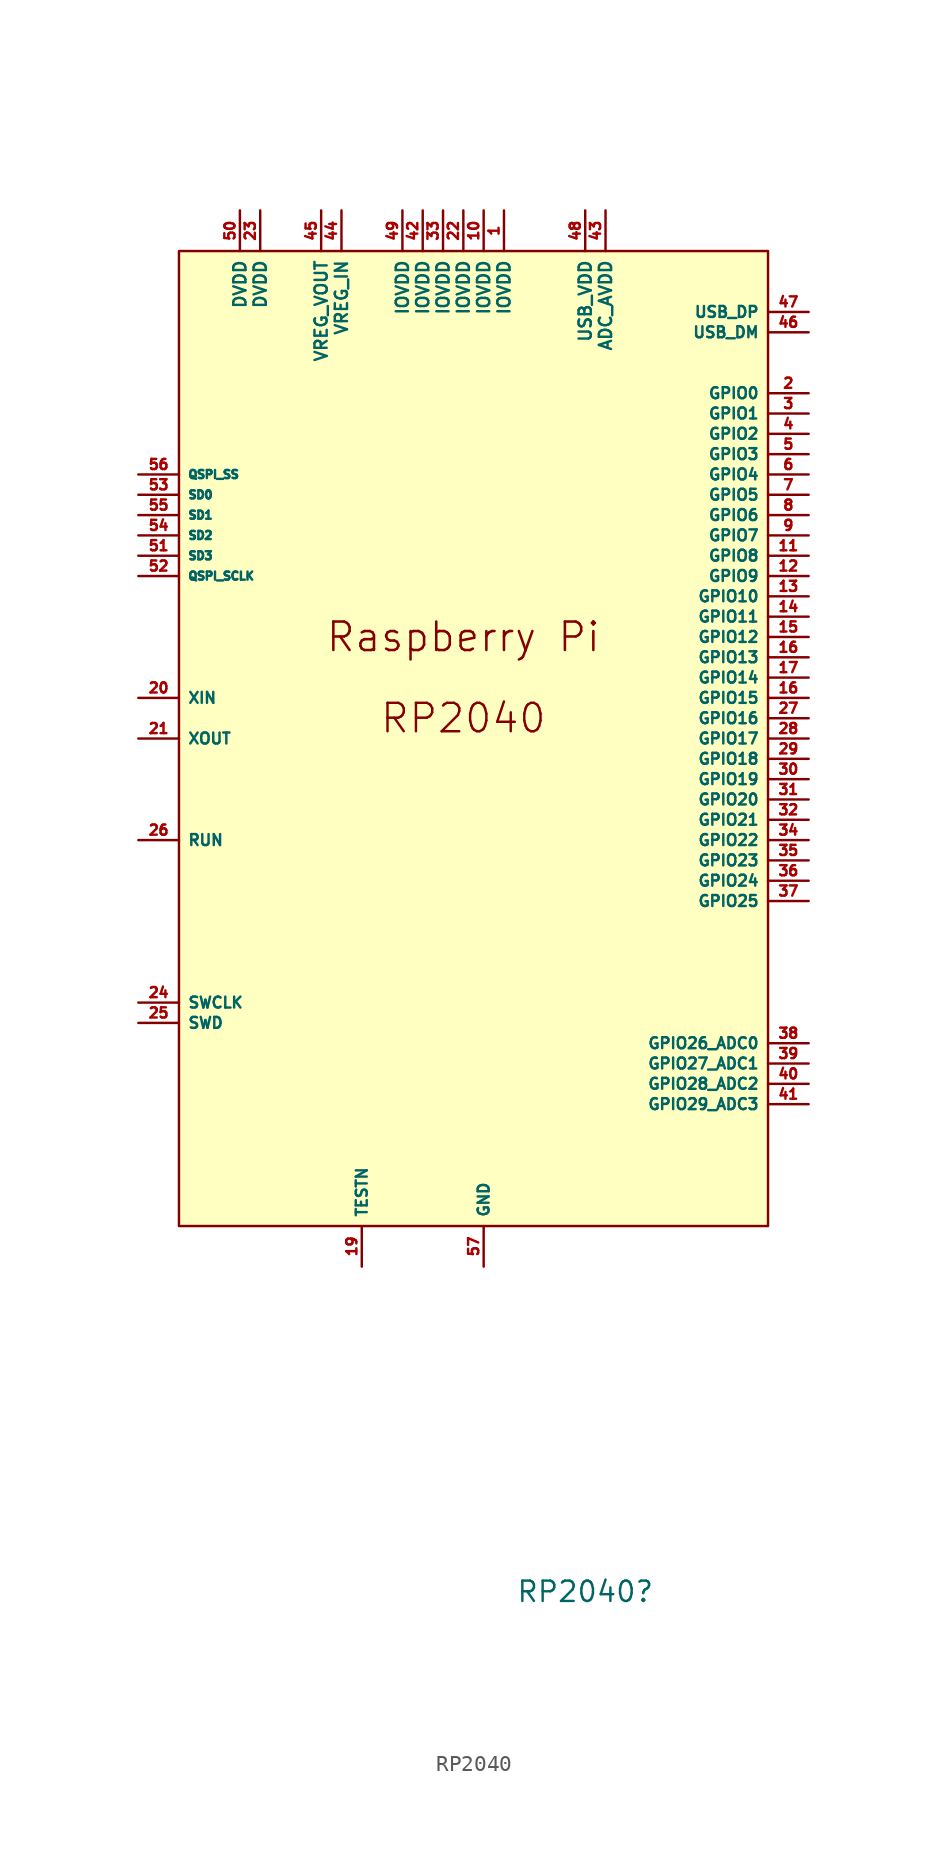
<source format=kicad_sym>
(kicad_symbol_lib
  (version 20241209)
  (generator "kicad_symbol_editor")
  (generator_version "9.0")
  (symbol "RP2040"
    (property "Reference" "RP2040"
      (at 10.16 -44.45 0)
      (effects (font (size 1.27 1.27))))
    (property "Value" ""
      (at 0 0 0)
      (effects (font (size 1.27 1.27))))
    (symbol "RP2040_0_1"
      (rectangle (start -5.08 15.24) (end -5.08 15.24) (stroke (width 0) (type default)) (fill (type none)))
      (rectangle (start -5.08 15.24) (end -5.08 15.24) (stroke (width 0) (type default)) (fill (type none))))
    (symbol "RP2040_1_1"
      (rectangle (start -15.24 39.37) (end 21.59 -21.59) (stroke (width 0) (type solid) (color 132 0 0 1)) (fill (type background)))
      (text "Raspberry Pi\n" (at 2.54 15.24 0) (effects (font (size 1.778 1.778) (thickness 0.159))))
      (text "RP2040" (at 2.54 10.16 0) (effects (font (size 1.778 1.778))))
      (pin bidirectional line (at -17.78 25.4 0) (length 2.54) (name "QSPI_SS" (effects (font (size 0.508 0.508)))) (number "56" (effects (font (size 0.635 0.635)))))
      (pin bidirectional line (at -17.78 24.13 0) (length 2.54) (name "SD0" (effects (font (size 0.508 0.508)))) (number "53" (effects (font (size 0.635 0.635)))))
      (pin bidirectional line (at -17.78 22.86 0) (length 2.54) (name "SD1" (effects (font (size 0.508 0.508)))) (number "55" (effects (font (size 0.635 0.635)))))
      (pin bidirectional line (at -17.78 21.59 0) (length 2.54) (name "SD2" (effects (font (size 0.508 0.508)))) (number "54" (effects (font (size 0.635 0.635)))))
      (pin bidirectional line (at -17.78 20.32 0) (length 2.54) (name "SD3" (effects (font (size 0.508 0.508)))) (number "51" (effects (font (size 0.635 0.635)))))
      (pin bidirectional line (at -17.78 19.05 0) (length 2.54) (name "QSPI_SCLK" (effects (font (size 0.508 0.508)))) (number "52" (effects (font (size 0.635 0.635)))))
      (pin bidirectional line (at -17.78 11.43 0) (length 2.54) (name "XIN" (effects (font (size 0.686 0.686)))) (number "20" (effects (font (size 0.635 0.635)))))
      (pin bidirectional line (at -17.78 8.89 0) (length 2.54) (name "XOUT" (effects (font (size 0.686 0.686)))) (number "21" (effects (font (size 0.635 0.635)))))
      (pin bidirectional line (at -17.78 2.54 0) (length 2.54) (name "RUN" (effects (font (size 0.686 0.686)))) (number "26" (effects (font (size 0.635 0.635)))))
      (pin bidirectional line (at -17.78 -7.62 0) (length 2.54) (name "SWCLK" (effects (font (size 0.686 0.686)))) (number "24" (effects (font (size 0.635 0.635)))))
      (pin bidirectional line (at -17.78 -8.89 0) (length 2.54) (name "SWD" (effects (font (size 0.686 0.686)))) (number "25" (effects (font (size 0.635 0.635)))))
      (pin bidirectional line (at -11.43 41.91 270) (length 2.54) (name "DVDD" (effects (font (size 0.762 0.762)))) (number "50" (effects (font (size 0.635 0.635)))))
      (pin bidirectional line (at -10.16 41.91 270) (length 2.54) (name "DVDD" (effects (font (size 0.762 0.762)))) (number "23" (effects (font (size 0.635 0.635)))))
      (pin bidirectional line (at -6.35 41.91 270) (length 2.54) (name "VREG_VOUT" (effects (font (size 0.762 0.762)))) (number "45" (effects (font (size 0.635 0.635)))))
      (pin bidirectional line (at -5.08 41.91 270) (length 2.54) (name "VREG_IN" (effects (font (size 0.762 0.762)))) (number "44" (effects (font (size 0.635 0.635)))))
      (pin bidirectional line (at -3.81 -24.13 90) (length 2.54) (name "TESTN" (effects (font (size 0.686 0.686)))) (number "19" (effects (font (size 0.635 0.635)))))
      (pin bidirectional line (at -1.27 41.91 270) (length 2.54) (name "IOVDD" (effects (font (size 0.762 0.762)))) (number "49" (effects (font (size 0.635 0.635)))))
      (pin bidirectional line (at 0 41.91 270) (length 2.54) (name "IOVDD" (effects (font (size 0.762 0.762)))) (number "42" (effects (font (size 0.635 0.635)))))
      (pin bidirectional line (at 1.27 41.91 270) (length 2.54) (name "IOVDD" (effects (font (size 0.762 0.762)))) (number "33" (effects (font (size 0.635 0.635)))))
      (pin bidirectional line (at 2.54 41.91 270) (length 2.54) (name "IOVDD" (effects (font (size 0.762 0.762)))) (number "22" (effects (font (size 0.635 0.635)))))
      (pin bidirectional line (at 3.81 41.91 270) (length 2.54) (name "IOVDD" (effects (font (size 0.762 0.762)))) (number "10" (effects (font (size 0.635 0.635)))))
      (pin bidirectional line (at 3.81 -24.13 90) (length 2.54) (name "GND" (effects (font (size 0.686 0.686)))) (number "57" (effects (font (size 0.635 0.635)))))
      (pin bidirectional line (at 5.08 41.91 270) (length 2.54) (name "IOVDD" (effects (font (size 0.762 0.762)))) (number "1" (effects (font (size 0.635 0.635)))))
      (pin bidirectional line (at 10.16 41.91 270) (length 2.54) (name "USB_VDD" (effects (font (size 0.762 0.762)))) (number "48" (effects (font (size 0.635 0.635)))))
      (pin bidirectional line (at 11.43 41.91 270) (length 2.54) (name "ADC_AVDD" (effects (font (size 0.762 0.762)))) (number "43" (effects (font (size 0.635 0.635)))))
      (pin bidirectional line (at 24.13 35.56 180) (length 2.54) (name "USB_DP" (effects (font (size 0.686 0.686)))) (number "47" (effects (font (size 0.635 0.635)))))
      (pin bidirectional line (at 24.13 34.29 180) (length 2.54) (name "USB_DM" (effects (font (size 0.686 0.686)))) (number "46" (effects (font (size 0.635 0.635)))))
      (pin bidirectional line (at 24.13 30.48 180) (length 2.54) (name "GPIO0" (effects (font (size 0.686 0.686)))) (number "2" (effects (font (size 0.635 0.635)))))
      (pin bidirectional line (at 24.13 29.21 180) (length 2.54) (name "GPIO1" (effects (font (size 0.686 0.686)))) (number "3" (effects (font (size 0.635 0.635)))))
      (pin bidirectional line (at 24.13 27.94 180) (length 2.54) (name "GPIO2" (effects (font (size 0.686 0.686)))) (number "4" (effects (font (size 0.635 0.635)))))
      (pin bidirectional line (at 24.13 26.67 180) (length 2.54) (name "GPIO3" (effects (font (size 0.686 0.686)))) (number "5" (effects (font (size 0.635 0.635)))))
      (pin bidirectional line (at 24.13 25.4 180) (length 2.54) (name "GPIO4" (effects (font (size 0.686 0.686)))) (number "6" (effects (font (size 0.635 0.635)))))
      (pin bidirectional line (at 24.13 24.13 180) (length 2.54) (name "GPIO5" (effects (font (size 0.686 0.686)))) (number "7" (effects (font (size 0.635 0.635)))))
      (pin bidirectional line (at 24.13 22.86 180) (length 2.54) (name "GPIO6" (effects (font (size 0.686 0.686)))) (number "8" (effects (font (size 0.635 0.635)))))
      (pin bidirectional line (at 24.13 21.59 180) (length 2.54) (name "GPIO7" (effects (font (size 0.686 0.686)))) (number "9" (effects (font (size 0.635 0.635)))))
      (pin bidirectional line (at 24.13 20.32 180) (length 2.54) (name "GPIO8" (effects (font (size 0.686 0.686)))) (number "11" (effects (font (size 0.635 0.635)))))
      (pin bidirectional line (at 24.13 19.05 180) (length 2.54) (name "GPIO9" (effects (font (size 0.686 0.686)))) (number "12" (effects (font (size 0.635 0.635)))))
      (pin bidirectional line (at 24.13 17.78 180) (length 2.54) (name "GPIO10" (effects (font (size 0.686 0.686)))) (number "13" (effects (font (size 0.635 0.635)))))
      (pin bidirectional line (at 24.13 16.51 180) (length 2.54) (name "GPIO11" (effects (font (size 0.686 0.686)))) (number "14" (effects (font (size 0.635 0.635)))))
      (pin bidirectional line (at 24.13 15.24 180) (length 2.54) (name "GPIO12" (effects (font (size 0.686 0.686)))) (number "15" (effects (font (size 0.635 0.635)))))
      (pin bidirectional line (at 24.13 13.97 180) (length 2.54) (name "GPIO13" (effects (font (size 0.686 0.686)))) (number "16" (effects (font (size 0.635 0.635)))))
      (pin bidirectional line (at 24.13 12.7 180) (length 2.54) (name "GPIO14" (effects (font (size 0.686 0.686)))) (number "17" (effects (font (size 0.635 0.635)))))
      (pin bidirectional line (at 24.13 11.43 180) (length 2.54) (name "GPIO15" (effects (font (size 0.686 0.686)))) (number "16" (effects (font (size 0.635 0.635)))))
      (pin bidirectional line (at 24.13 10.16 180) (length 2.54) (name "GPIO16" (effects (font (size 0.686 0.686)))) (number "27" (effects (font (size 0.635 0.635)))))
      (pin bidirectional line (at 24.13 8.89 180) (length 2.54) (name "GPIO17" (effects (font (size 0.686 0.686)))) (number "28" (effects (font (size 0.635 0.635)))))
      (pin bidirectional line (at 24.13 7.62 180) (length 2.54) (name "GPIO18" (effects (font (size 0.686 0.686)))) (number "29" (effects (font (size 0.635 0.635)))))
      (pin bidirectional line (at 24.13 6.35 180) (length 2.54) (name "GPIO19" (effects (font (size 0.686 0.686)))) (number "30" (effects (font (size 0.635 0.635)))))
      (pin bidirectional line (at 24.13 5.08 180) (length 2.54) (name "GPIO20" (effects (font (size 0.686 0.686)))) (number "31" (effects (font (size 0.635 0.635)))))
      (pin bidirectional line (at 24.13 3.81 180) (length 2.54) (name "GPIO21" (effects (font (size 0.686 0.686)))) (number "32" (effects (font (size 0.635 0.635)))))
      (pin bidirectional line (at 24.13 2.54 180) (length 2.54) (name "GPIO22" (effects (font (size 0.686 0.686)))) (number "34" (effects (font (size 0.635 0.635)))))
      (pin bidirectional line (at 24.13 1.27 180) (length 2.54) (name "GPIO23" (effects (font (size 0.686 0.686)))) (number "35" (effects (font (size 0.635 0.635)))))
      (pin bidirectional line (at 24.13 0 180) (length 2.54) (name "GPIO24" (effects (font (size 0.686 0.686)))) (number "36" (effects (font (size 0.635 0.635)))))
      (pin bidirectional line (at 24.13 -1.27 180) (length 2.54) (name "GPIO25" (effects (font (size 0.686 0.686)))) (number "37" (effects (font (size 0.635 0.635)))))
      (pin bidirectional line (at 24.13 -10.16 180) (length 2.54) (name "GPIO26_ADC0" (effects (font (size 0.686 0.686)))) (number "38" (effects (font (size 0.635 0.635)))))
      (pin bidirectional line (at 24.13 -11.43 180) (length 2.54) (name "GPIO27_ADC1" (effects (font (size 0.686 0.686)))) (number "39" (effects (font (size 0.635 0.635)))))
      (pin bidirectional line (at 24.13 -12.7 180) (length 2.54) (name "GPIO28_ADC2" (effects (font (size 0.686 0.686)))) (number "40" (effects (font (size 0.635 0.635)))))
      (pin bidirectional line (at 24.13 -13.97 180) (length 2.54) (name "GPIO29_ADC3" (effects (font (size 0.686 0.686)))) (number "41" (effects (font (size 0.635 0.635))))))))
</source>
